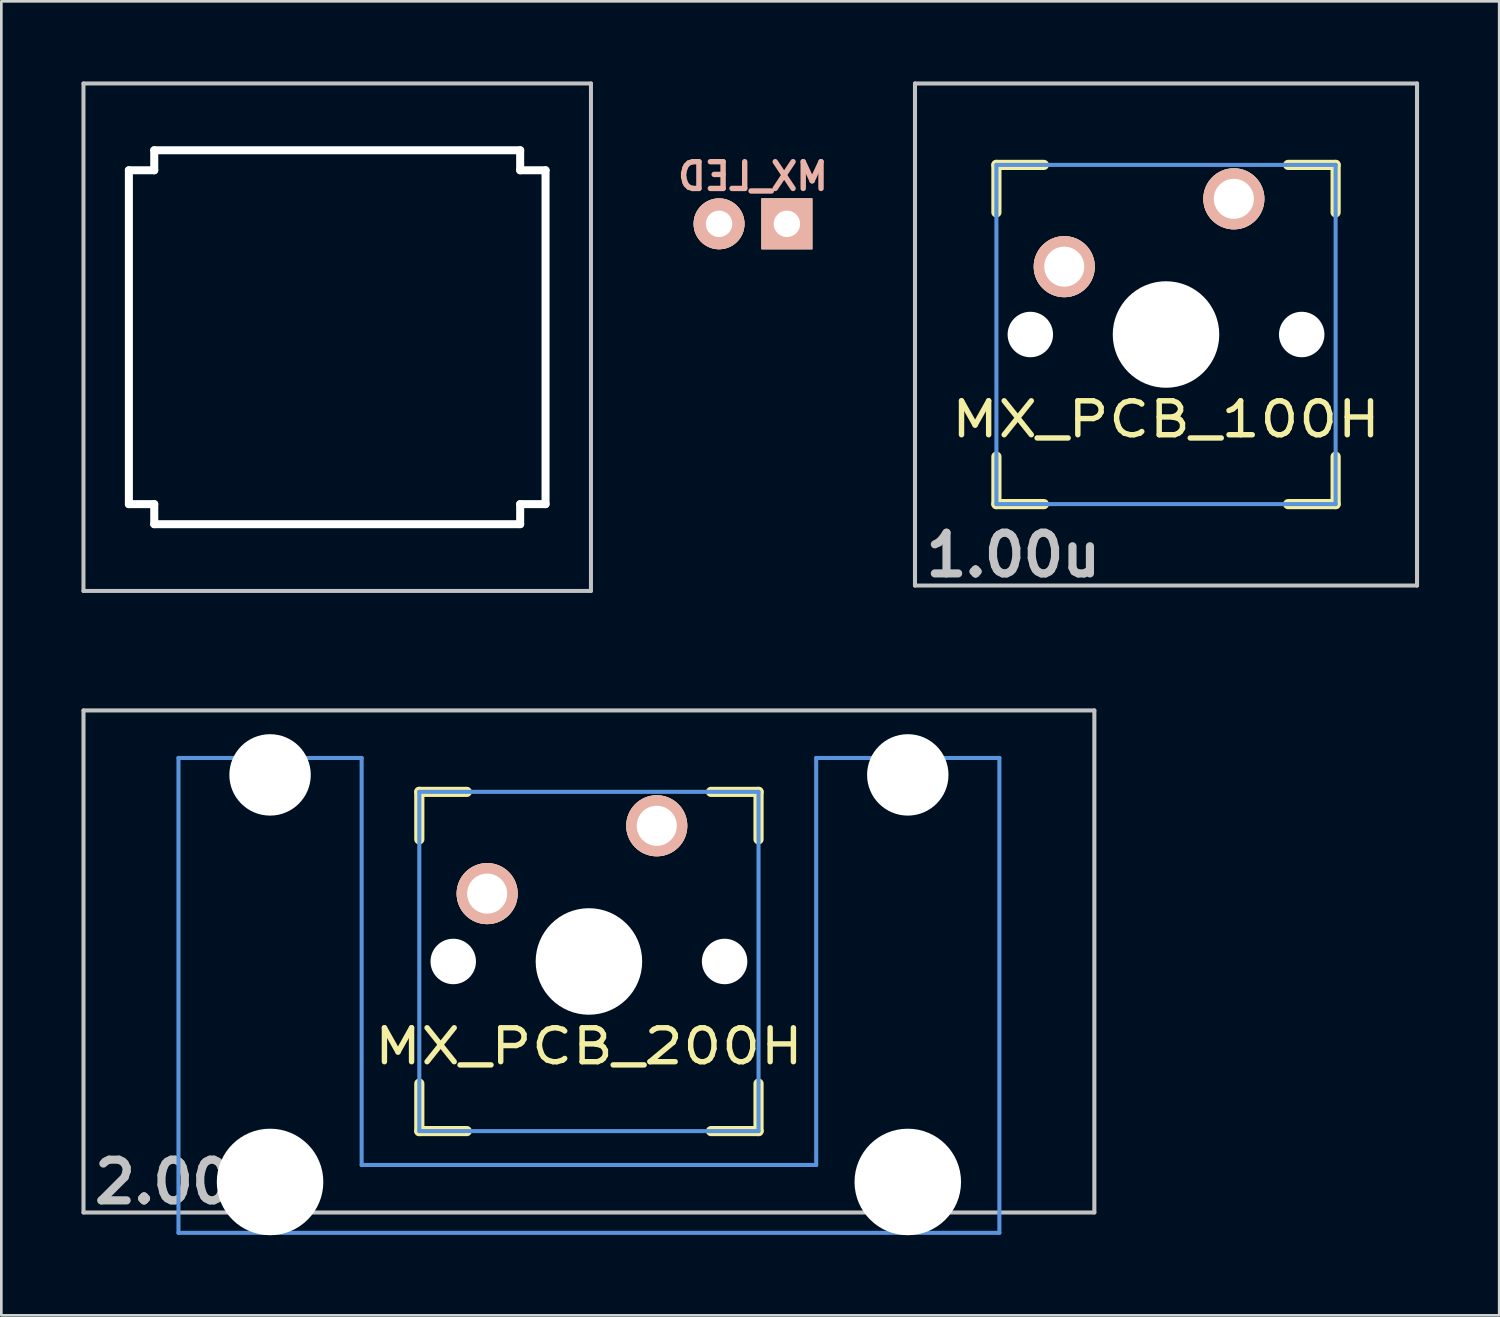
<source format=kicad_pcb>
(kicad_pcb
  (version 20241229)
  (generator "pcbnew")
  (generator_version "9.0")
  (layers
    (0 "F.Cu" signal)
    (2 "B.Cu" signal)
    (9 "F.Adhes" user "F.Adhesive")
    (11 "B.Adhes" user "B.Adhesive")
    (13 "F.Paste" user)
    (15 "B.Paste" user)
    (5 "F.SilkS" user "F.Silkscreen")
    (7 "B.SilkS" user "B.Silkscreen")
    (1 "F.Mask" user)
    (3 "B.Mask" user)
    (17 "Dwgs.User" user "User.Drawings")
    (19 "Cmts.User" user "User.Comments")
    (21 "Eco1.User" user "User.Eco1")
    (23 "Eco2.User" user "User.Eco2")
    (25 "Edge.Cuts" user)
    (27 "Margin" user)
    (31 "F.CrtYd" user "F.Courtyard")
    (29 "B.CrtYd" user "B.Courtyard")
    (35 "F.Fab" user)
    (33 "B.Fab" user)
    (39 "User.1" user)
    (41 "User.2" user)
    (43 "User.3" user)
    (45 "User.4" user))
  (footprint "MX_LED"
    (layer "F.Cu")
    (at 25.141 0.25)
    (property "Reference" "MX_LED" (at 0 3.302 0) (layer "B.SilkS") (effects (font (size 1 1) (thickness 0.203)) (justify mirror)))
    (attr through_hole)
    (pad "1" thru_hole circle (at -1.27 5.08) (size 1.905 1.905) (drill 0.991) (layers "*.Cu" "*.SilkS" "*.Mask"))
    (pad "2" thru_hole rect (at 1.27 5.08) (size 1.905 1.905) (drill 0.991) (layers "*.Cu" "*.SilkS" "*.Mask")))
  (footprint "MX-Alps_Switch_Cutout"
    (layer "F.Cu")
    (at 9.575 9.575)
    (property "Reference" "MX-Alps_Switch_Cutout" (at 0.25 10.05 0) (layer "Eco2.User") (effects (font (size 1 1) (thickness 0.15))))
    (attr through_hole)
    (fp_line (start -9.5 -9.5) (end 9.5 -9.5) (stroke (width 0.15) (type solid)) (layer "Dwgs.User"))
    (fp_line (start -9.5 9.5) (end -9.5 -9.5) (stroke (width 0.15) (type solid)) (layer "Dwgs.User"))
    (fp_line (start 9.5 -9.5) (end 9.5 9.5) (stroke (width 0.15) (type solid)) (layer "Dwgs.User"))
    (fp_line (start 9.5 9.5) (end -9.5 9.5) (stroke (width 0.15) (type solid)) (layer "Dwgs.User"))
    (pad "" np_thru_hole oval (at -7.8 0) (size 0.3 12.8) (drill oval 0.3 12.8) (layers "*.Cu" "*.Mask"))
    (pad "" np_thru_hole oval (at -7.325 -6.25) (size 1.25 0.3) (drill oval 1.25 0.3) (layers "*.Cu" "*.Mask"))
    (pad "" np_thru_hole oval (at -7.325 6.25) (size 1.25 0.3) (drill oval 1.25 0.3) (layers "*.Cu" "*.Mask"))
    (pad "" np_thru_hole oval (at -6.85 -6.625) (size 0.3 1.05) (drill oval 0.3 1.05) (layers "*.Cu" "*.Mask"))
    (pad "" np_thru_hole oval (at -6.85 6.625) (size 0.3 1.05) (drill oval 0.3 1.05) (layers "*.Cu" "*.Mask"))
    (pad "" np_thru_hole oval (at 0 -7) (size 14 0.3) (drill oval 14 0.3) (layers "*.Cu" "*.Mask"))
    (pad "" np_thru_hole oval (at 0 7) (size 14 0.3) (drill oval 14 0.3) (layers "*.Cu" "*.Mask"))
    (pad "" np_thru_hole oval (at 6.85 -6.625) (size 0.3 1.05) (drill oval 0.3 1.05) (layers "*.Cu" "*.Mask"))
    (pad "" np_thru_hole oval (at 6.85 6.625) (size 0.3 1.05) (drill oval 0.3 1.05) (layers "*.Cu" "*.Mask"))
    (pad "" np_thru_hole oval (at 7.325 -6.25) (size 1.25 0.3) (drill oval 1.25 0.3) (layers "*.Cu" "*.Mask"))
    (pad "" np_thru_hole oval (at 7.325 6.25) (size 1.25 0.3) (drill oval 1.25 0.3) (layers "*.Cu" "*.Mask"))
    (pad "" np_thru_hole oval (at 7.8 0) (size 0.3 12.8) (drill oval 0.3 12.8) (layers "*.Cu" "*.Mask")))
  (footprint "MX_PCB_200H"
    (layer "F.Cu")
    (at 18.999 32.947)
    (property "Reference" "MX_PCB_200H" (at 0 3.175 0) (layer "F.SilkS") (effects (font (size 1.27 1.524) (thickness 0.203))))
    (attr through_hole)
    (fp_line (start -6.35 -6.35) (end -4.572 -6.35) (stroke (width 0.381) (type solid)) (layer "F.SilkS"))
    (fp_line (start -6.35 -4.572) (end -6.35 -6.35) (stroke (width 0.381) (type solid)) (layer "F.SilkS"))
    (fp_line (start -6.35 6.35) (end -6.35 4.572) (stroke (width 0.381) (type solid)) (layer "F.SilkS"))
    (fp_line (start -4.572 6.35) (end -6.35 6.35) (stroke (width 0.381) (type solid)) (layer "F.SilkS"))
    (fp_line (start 4.572 -6.35) (end 6.35 -6.35) (stroke (width 0.381) (type solid)) (layer "F.SilkS"))
    (fp_line (start 6.35 -6.35) (end 6.35 -4.572) (stroke (width 0.381) (type solid)) (layer "F.SilkS"))
    (fp_line (start 6.35 4.572) (end 6.35 6.35) (stroke (width 0.381) (type solid)) (layer "F.SilkS"))
    (fp_line (start 6.35 6.35) (end 4.572 6.35) (stroke (width 0.381) (type solid)) (layer "F.SilkS"))
    (fp_line (start -18.923 -9.398) (end 18.923 -9.398) (stroke (width 0.152) (type solid)) (layer "Dwgs.User"))
    (fp_line (start -18.923 9.398) (end -18.923 -9.398) (stroke (width 0.152) (type solid)) (layer "Dwgs.User"))
    (fp_line (start 18.923 -9.398) (end 18.923 9.398) (stroke (width 0.152) (type solid)) (layer "Dwgs.User"))
    (fp_line (start 18.923 9.398) (end -18.923 9.398) (stroke (width 0.152) (type solid)) (layer "Dwgs.User"))
    (fp_line (start -15.367 -7.62) (end -15.367 10.16) (stroke (width 0.152) (type solid)) (layer "Cmts.User"))
    (fp_line (start -15.367 10.16) (end 15.367 10.16) (stroke (width 0.152) (type solid)) (layer "Cmts.User"))
    (fp_line (start -8.509 -7.62) (end -15.367 -7.62) (stroke (width 0.152) (type solid)) (layer "Cmts.User"))
    (fp_line (start -8.509 7.62) (end -8.509 -7.62) (stroke (width 0.152) (type solid)) (layer "Cmts.User"))
    (fp_line (start -6.35 -6.35) (end 6.35 -6.35) (stroke (width 0.152) (type solid)) (layer "Cmts.User"))
    (fp_line (start -6.35 6.35) (end -6.35 -6.35) (stroke (width 0.152) (type solid)) (layer "Cmts.User"))
    (fp_line (start 6.35 -6.35) (end 6.35 6.35) (stroke (width 0.152) (type solid)) (layer "Cmts.User"))
    (fp_line (start 6.35 6.35) (end -6.35 6.35) (stroke (width 0.152) (type solid)) (layer "Cmts.User"))
    (fp_line (start 8.509 -7.62) (end 8.509 7.62) (stroke (width 0.152) (type solid)) (layer "Cmts.User"))
    (fp_line (start 8.509 7.62) (end -8.509 7.62) (stroke (width 0.152) (type solid)) (layer "Cmts.User"))
    (fp_line (start 15.367 -7.62) (end 8.509 -7.62) (stroke (width 0.152) (type solid)) (layer "Cmts.User"))
    (fp_line (start 15.367 10.16) (end 15.367 -7.62) (stroke (width 0.152) (type solid)) (layer "Cmts.User"))
    (fp_line (start -16.129 -2.286) (end -15.265 -2.286) (stroke (width 0.152) (type solid)) (layer "Eco2.User"))
    (fp_line (start -16.129 0.508) (end -16.129 -2.286) (stroke (width 0.152) (type solid)) (layer "Eco2.User"))
    (fp_line (start -15.265 -5.69) (end -8.611 -5.69) (stroke (width 0.152) (type solid)) (layer "Eco2.User"))
    (fp_line (start -15.265 -2.286) (end -15.265 -5.69) (stroke (width 0.152) (type solid)) (layer "Eco2.User"))
    (fp_line (start -15.265 0.508) (end -16.129 0.508) (stroke (width 0.152) (type solid)) (layer "Eco2.User"))
    (fp_line (start -15.265 6.604) (end -15.265 0.508) (stroke (width 0.152) (type solid)) (layer "Eco2.User"))
    (fp_line (start -14.224 6.604) (end -15.265 6.604) (stroke (width 0.152) (type solid)) (layer "Eco2.User"))
    (fp_line (start -14.224 7.772) (end -14.224 6.604) (stroke (width 0.152) (type solid)) (layer "Eco2.User"))
    (fp_line (start -9.652 6.604) (end -9.652 7.772) (stroke (width 0.152) (type solid)) (layer "Eco2.User"))
    (fp_line (start -9.652 7.772) (end -14.224 7.772) (stroke (width 0.152) (type solid)) (layer "Eco2.User"))
    (fp_line (start -8.611 -5.69) (end -8.611 -4.877) (stroke (width 0.152) (type solid)) (layer "Eco2.User"))
    (fp_line (start -8.611 -4.877) (end -6.985 -4.877) (stroke (width 0.152) (type solid)) (layer "Eco2.User"))
    (fp_line (start -8.611 5.817) (end -8.611 6.604) (stroke (width 0.152) (type solid)) (layer "Eco2.User"))
    (fp_line (start -8.611 6.604) (end -9.652 6.604) (stroke (width 0.152) (type solid)) (layer "Eco2.User"))
    (fp_line (start -6.985 -6.985) (end 6.985 -6.985) (stroke (width 0.152) (type solid)) (layer "Eco2.User"))
    (fp_line (start -6.985 -4.877) (end -6.985 -6.985) (stroke (width 0.152) (type solid)) (layer "Eco2.User"))
    (fp_line (start -6.985 5.817) (end -8.611 5.817) (stroke (width 0.152) (type solid)) (layer "Eco2.User"))
    (fp_line (start -6.985 6.985) (end -6.985 5.817) (stroke (width 0.152) (type solid)) (layer "Eco2.User"))
    (fp_line (start 6.985 -6.985) (end 6.985 -4.877) (stroke (width 0.152) (type solid)) (layer "Eco2.User"))
    (fp_line (start 6.985 -4.877) (end 8.611 -4.877) (stroke (width 0.152) (type solid)) (layer "Eco2.User"))
    (fp_line (start 6.985 5.817) (end 6.985 6.985) (stroke (width 0.152) (type solid)) (layer "Eco2.User"))
    (fp_line (start 6.985 6.985) (end -6.985 6.985) (stroke (width 0.152) (type solid)) (layer "Eco2.User"))
    (fp_line (start 8.611 -5.69) (end 15.265 -5.69) (stroke (width 0.152) (type solid)) (layer "Eco2.User"))
    (fp_line (start 8.611 -4.877) (end 8.611 -5.69) (stroke (width 0.152) (type solid)) (layer "Eco2.User"))
    (fp_line (start 8.611 5.817) (end 6.985 5.817) (stroke (width 0.152) (type solid)) (layer "Eco2.User"))
    (fp_line (start 8.611 6.604) (end 8.611 5.817) (stroke (width 0.152) (type solid)) (layer "Eco2.User"))
    (fp_line (start 9.652 6.604) (end 8.611 6.604) (stroke (width 0.152) (type solid)) (layer "Eco2.User"))
    (fp_line (start 9.652 7.772) (end 9.652 6.604) (stroke (width 0.152) (type solid)) (layer "Eco2.User"))
    (fp_line (start 14.224 6.604) (end 14.224 7.772) (stroke (width 0.152) (type solid)) (layer "Eco2.User"))
    (fp_line (start 14.224 7.772) (end 9.652 7.772) (stroke (width 0.152) (type solid)) (layer "Eco2.User"))
    (fp_line (start 15.265 -5.69) (end 15.265 -2.286) (stroke (width 0.152) (type solid)) (layer "Eco2.User"))
    (fp_line (start 15.265 -2.286) (end 16.129 -2.286) (stroke (width 0.152) (type solid)) (layer "Eco2.User"))
    (fp_line (start 15.265 0.508) (end 15.265 6.604) (stroke (width 0.152) (type solid)) (layer "Eco2.User"))
    (fp_line (start 15.265 6.604) (end 14.224 6.604) (stroke (width 0.152) (type solid)) (layer "Eco2.User"))
    (fp_line (start 16.129 -2.286) (end 16.129 0.508) (stroke (width 0.152) (type solid)) (layer "Eco2.User"))
    (fp_line (start 16.129 0.508) (end 15.265 0.508) (stroke (width 0.152) (type solid)) (layer "Eco2.User"))
    (fp_text user "2.00u" (at -15.24 8.255 0) (layer "Dwgs.User") (effects (font (size 1.524 1.524) (thickness 0.305))))
    (pad "" np_thru_hole circle (at -11.938 -6.985) (size 3.048 3.048) (drill 3.048) (layers "*.Cu"))
    (pad "" np_thru_hole circle (at -11.938 8.255) (size 3.988 3.988) (drill 3.988) (layers "*.Cu"))
    (pad "" np_thru_hole circle (at -5.08 0) (size 1.702 1.702) (drill 1.702) (layers "*.Cu"))
    (pad "" np_thru_hole circle (at 0 0) (size 3.988 3.988) (drill 3.988) (layers "*.Cu"))
    (pad "" np_thru_hole circle (at 5.08 0) (size 1.702 1.702) (drill 1.702) (layers "*.Cu"))
    (pad "" np_thru_hole circle (at 11.938 -6.985) (size 3.048 3.048) (drill 3.048) (layers "*.Cu"))
    (pad "" np_thru_hole circle (at 11.938 8.255) (size 3.988 3.988) (drill 3.988) (layers "*.Cu"))
    (pad "1" thru_hole circle (at 2.54 -5.08) (size 2.286 2.286) (drill 1.499) (layers "*.Cu" "*.SilkS" "*.Mask"))
    (pad "2" thru_hole circle (at -3.81 -2.54) (size 2.286 2.286) (drill 1.499) (layers "*.Cu" "*.SilkS" "*.Mask")))
  (footprint "MX_PCB_100H"
    (layer "F.Cu")
    (at 40.605 9.474)
    (property "Reference" "MX_PCB_100H" (at 0 3.175 0) (layer "F.SilkS") (effects (font (size 1.27 1.524) (thickness 0.203))))
    (attr through_hole)
    (fp_line (start -6.35 -6.35) (end -4.572 -6.35) (stroke (width 0.381) (type solid)) (layer "F.SilkS"))
    (fp_line (start -6.35 -4.572) (end -6.35 -6.35) (stroke (width 0.381) (type solid)) (layer "F.SilkS"))
    (fp_line (start -6.35 6.35) (end -6.35 4.572) (stroke (width 0.381) (type solid)) (layer "F.SilkS"))
    (fp_line (start -4.572 6.35) (end -6.35 6.35) (stroke (width 0.381) (type solid)) (layer "F.SilkS"))
    (fp_line (start 4.572 -6.35) (end 6.35 -6.35) (stroke (width 0.381) (type solid)) (layer "F.SilkS"))
    (fp_line (start 6.35 -6.35) (end 6.35 -4.572) (stroke (width 0.381) (type solid)) (layer "F.SilkS"))
    (fp_line (start 6.35 4.572) (end 6.35 6.35) (stroke (width 0.381) (type solid)) (layer "F.SilkS"))
    (fp_line (start 6.35 6.35) (end 4.572 6.35) (stroke (width 0.381) (type solid)) (layer "F.SilkS"))
    (fp_line (start -9.398 -9.398) (end 9.398 -9.398) (stroke (width 0.152) (type solid)) (layer "Dwgs.User"))
    (fp_line (start -9.398 9.398) (end -9.398 -9.398) (stroke (width 0.152) (type solid)) (layer "Dwgs.User"))
    (fp_line (start 9.398 -9.398) (end 9.398 9.398) (stroke (width 0.152) (type solid)) (layer "Dwgs.User"))
    (fp_line (start 9.398 9.398) (end -9.398 9.398) (stroke (width 0.152) (type solid)) (layer "Dwgs.User"))
    (fp_line (start -6.35 -6.35) (end 6.35 -6.35) (stroke (width 0.152) (type solid)) (layer "Cmts.User"))
    (fp_line (start -6.35 6.35) (end -6.35 -6.35) (stroke (width 0.152) (type solid)) (layer "Cmts.User"))
    (fp_line (start 6.35 -6.35) (end 6.35 6.35) (stroke (width 0.152) (type solid)) (layer "Cmts.User"))
    (fp_line (start 6.35 6.35) (end -6.35 6.35) (stroke (width 0.152) (type solid)) (layer "Cmts.User"))
    (fp_line (start -6.985 -6.985) (end 6.985 -6.985) (stroke (width 0.152) (type solid)) (layer "Eco2.User"))
    (fp_line (start -6.985 6.985) (end -6.985 -6.985) (stroke (width 0.152) (type solid)) (layer "Eco2.User"))
    (fp_line (start 6.985 -6.985) (end 6.985 6.985) (stroke (width 0.152) (type solid)) (layer "Eco2.User"))
    (fp_line (start 6.985 6.985) (end -6.985 6.985) (stroke (width 0.152) (type solid)) (layer "Eco2.User"))
    (fp_text user "1.00u" (at -5.715 8.255 0) (layer "Dwgs.User") (effects (font (size 1.524 1.524) (thickness 0.305))))
    (pad "" np_thru_hole circle (at -5.08 0) (size 1.702 1.702) (drill 1.702) (layers "*.Cu"))
    (pad "" np_thru_hole circle (at 0 0) (size 3.988 3.988) (drill 3.988) (layers "*.Cu"))
    (pad "" np_thru_hole circle (at 5.08 0) (size 1.702 1.702) (drill 1.702) (layers "*.Cu"))
    (pad "1" thru_hole circle (at 2.54 -5.08) (size 2.286 2.286) (drill 1.499) (layers "*.Cu" "*.SilkS" "*.Mask"))
    (pad "2" thru_hole circle (at -3.81 -2.54) (size 2.286 2.286) (drill 1.499) (layers "*.Cu" "*.SilkS" "*.Mask")))
  (gr_rect
    (start -3 -3)
    (end 53.079 46.196)
    (stroke (width 0.1) (type default))
    (fill no)
    (layer "Edge.Cuts")))
</source>
